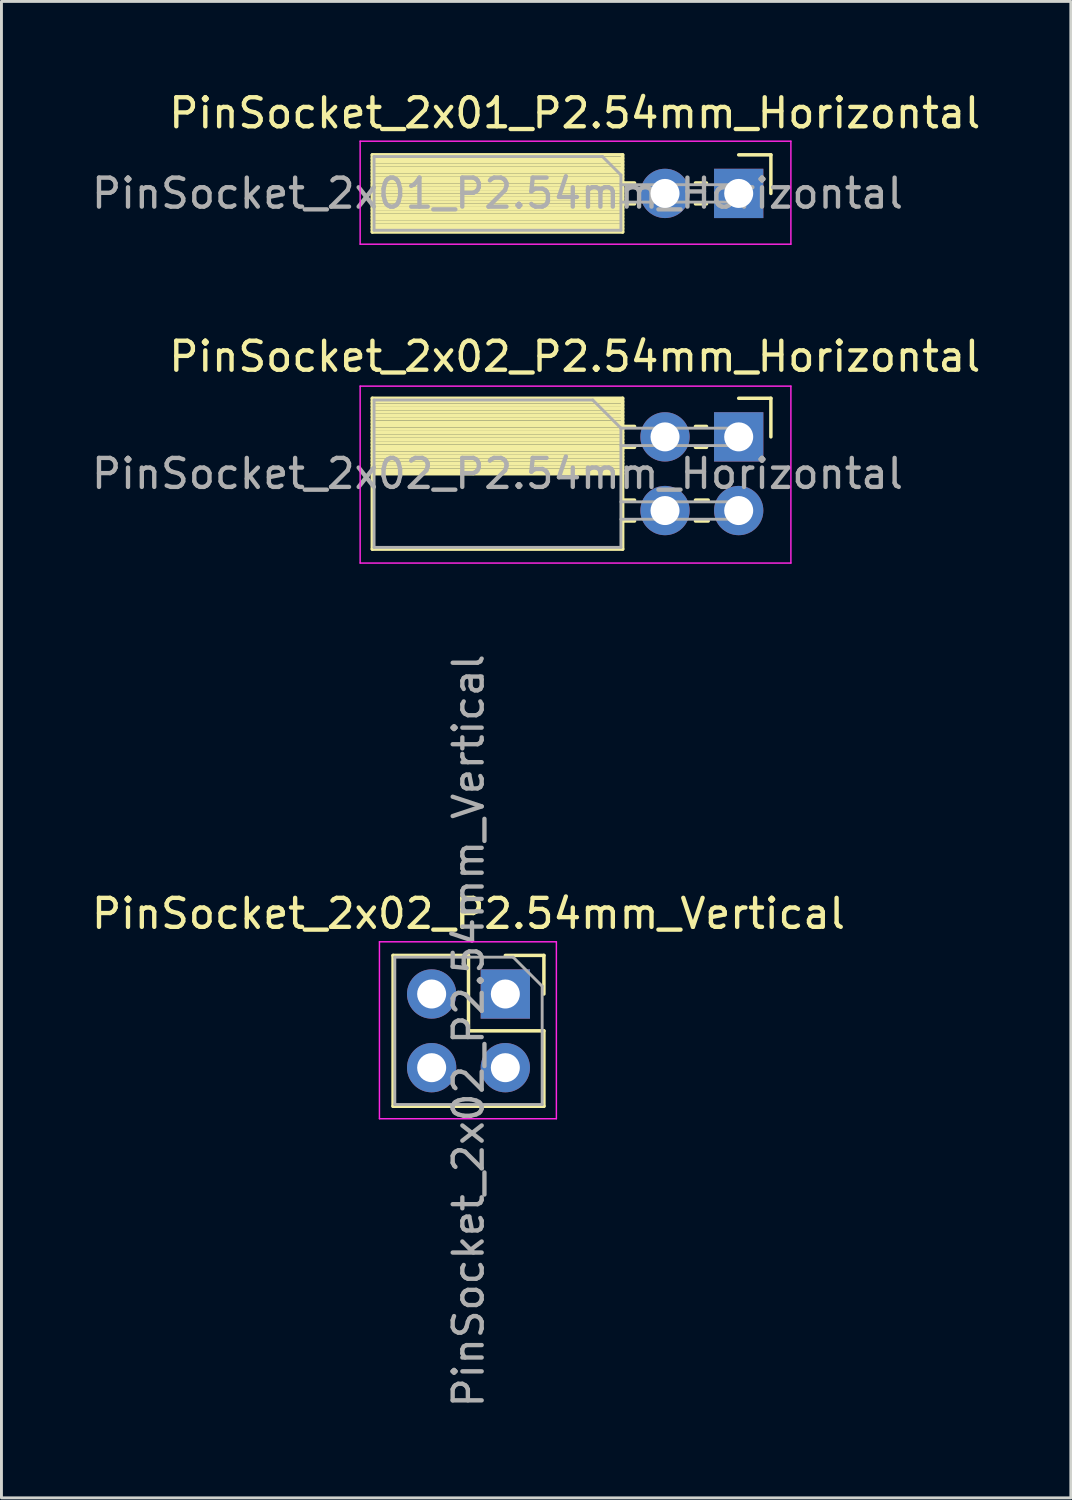
<source format=kicad_pcb>
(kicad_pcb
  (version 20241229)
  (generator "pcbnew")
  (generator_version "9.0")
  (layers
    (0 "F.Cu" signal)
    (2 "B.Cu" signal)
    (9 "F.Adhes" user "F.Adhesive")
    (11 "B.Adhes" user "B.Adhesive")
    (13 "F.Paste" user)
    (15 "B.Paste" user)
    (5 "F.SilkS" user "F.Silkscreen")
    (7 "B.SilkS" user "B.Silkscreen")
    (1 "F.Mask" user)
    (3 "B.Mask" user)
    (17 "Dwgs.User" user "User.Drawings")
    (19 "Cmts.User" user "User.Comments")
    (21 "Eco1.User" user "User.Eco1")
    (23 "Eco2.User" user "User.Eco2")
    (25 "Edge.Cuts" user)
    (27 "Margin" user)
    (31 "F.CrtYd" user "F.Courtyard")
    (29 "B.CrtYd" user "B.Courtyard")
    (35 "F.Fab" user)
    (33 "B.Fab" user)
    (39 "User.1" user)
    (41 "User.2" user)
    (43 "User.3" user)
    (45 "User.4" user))
  (footprint "PinSocket_2x02_P2.54mm_Vertical"
    (layer "F.Cu")
    (at 14.371 31.218)
    (property "Reference" "PinSocket_2x02_P2.54mm_Vertical" (at -1.27 -2.77 0) (layer "F.SilkS") (effects (font (size 1 1) (thickness 0.15))))
    (attr through_hole)
    (fp_line (start -3.87 -1.33) (end -3.87 3.87) (stroke (width 0.12) (type solid)) (layer "F.SilkS"))
    (fp_line (start -3.87 -1.33) (end -1.27 -1.33) (stroke (width 0.12) (type solid)) (layer "F.SilkS"))
    (fp_line (start -3.87 3.87) (end 1.33 3.87) (stroke (width 0.12) (type solid)) (layer "F.SilkS"))
    (fp_line (start -1.27 -1.33) (end -1.27 1.27) (stroke (width 0.12) (type solid)) (layer "F.SilkS"))
    (fp_line (start -1.27 1.27) (end 1.33 1.27) (stroke (width 0.12) (type solid)) (layer "F.SilkS"))
    (fp_line (start 0 -1.33) (end 1.33 -1.33) (stroke (width 0.12) (type solid)) (layer "F.SilkS"))
    (fp_line (start 1.33 -1.33) (end 1.33 0) (stroke (width 0.12) (type solid)) (layer "F.SilkS"))
    (fp_line (start 1.33 1.27) (end 1.33 3.87) (stroke (width 0.12) (type solid)) (layer "F.SilkS"))
    (fp_line (start -4.34 -1.8) (end 1.76 -1.8) (stroke (width 0.05) (type solid)) (layer "F.CrtYd"))
    (fp_line (start -4.34 4.3) (end -4.34 -1.8) (stroke (width 0.05) (type solid)) (layer "F.CrtYd"))
    (fp_line (start 1.76 -1.8) (end 1.76 4.3) (stroke (width 0.05) (type solid)) (layer "F.CrtYd"))
    (fp_line (start 1.76 4.3) (end -4.34 4.3) (stroke (width 0.05) (type solid)) (layer "F.CrtYd"))
    (fp_line (start -3.81 -1.27) (end 0.27 -1.27) (stroke (width 0.1) (type solid)) (layer "F.Fab"))
    (fp_line (start -3.81 3.81) (end -3.81 -1.27) (stroke (width 0.1) (type solid)) (layer "F.Fab"))
    (fp_line (start 0.27 -1.27) (end 1.27 -0.27) (stroke (width 0.1) (type solid)) (layer "F.Fab"))
    (fp_line (start 1.27 -0.27) (end 1.27 3.81) (stroke (width 0.1) (type solid)) (layer "F.Fab"))
    (fp_line (start 1.27 3.81) (end -3.81 3.81) (stroke (width 0.1) (type solid)) (layer "F.Fab"))
    (fp_text user "${REFERENCE}" (at -1.27 1.27 90) (layer "F.Fab") (effects (font (size 1 1) (thickness 0.15))))
    (pad "1" thru_hole rect (at 0 0) (size 1.7 1.7) (drill 1) (layers "*.Cu" "*.Mask"))
    (pad "2" thru_hole oval (at -2.54 0) (size 1.7 1.7) (drill 1) (layers "*.Cu" "*.Mask"))
    (pad "3" thru_hole oval (at 0 2.54) (size 1.7 1.7) (drill 1) (layers "*.Cu" "*.Mask"))
    (pad "4" thru_hole oval (at -2.54 2.54) (size 1.7 1.7) (drill 1) (layers "*.Cu" "*.Mask")))
  (footprint "PinSocket_2x01_P2.54mm_Horizontal"
    (layer "F.Cu")
    (at 22.416 3.618)
    (property "Reference" "PinSocket_2x01_P2.54mm_Horizontal" (at -5.65 -2.77 0) (layer "F.SilkS") (effects (font (size 1 1) (thickness 0.15))))
    (attr through_hole)
    (fp_line (start -12.63 -1.33) (end -12.63 1.33) (stroke (width 0.12) (type solid)) (layer "F.SilkS"))
    (fp_line (start -12.63 -1.33) (end -4 -1.33) (stroke (width 0.12) (type solid)) (layer "F.SilkS"))
    (fp_line (start -12.63 -1.21) (end -4 -1.21) (stroke (width 0.12) (type solid)) (layer "F.SilkS"))
    (fp_line (start -12.63 -1.095) (end -4 -1.095) (stroke (width 0.12) (type solid)) (layer "F.SilkS"))
    (fp_line (start -12.63 -0.979) (end -4 -0.979) (stroke (width 0.12) (type solid)) (layer "F.SilkS"))
    (fp_line (start -12.63 -0.864) (end -4 -0.864) (stroke (width 0.12) (type solid)) (layer "F.SilkS"))
    (fp_line (start -12.63 -0.748) (end -4 -0.748) (stroke (width 0.12) (type solid)) (layer "F.SilkS"))
    (fp_line (start -12.63 -0.633) (end -4 -0.633) (stroke (width 0.12) (type solid)) (layer "F.SilkS"))
    (fp_line (start -12.63 -0.517) (end -4 -0.517) (stroke (width 0.12) (type solid)) (layer "F.SilkS"))
    (fp_line (start -12.63 -0.402) (end -4 -0.402) (stroke (width 0.12) (type solid)) (layer "F.SilkS"))
    (fp_line (start -12.63 -0.286) (end -4 -0.286) (stroke (width 0.12) (type solid)) (layer "F.SilkS"))
    (fp_line (start -12.63 -0.171) (end -4 -0.171) (stroke (width 0.12) (type solid)) (layer "F.SilkS"))
    (fp_line (start -12.63 -0.055) (end -4 -0.055) (stroke (width 0.12) (type solid)) (layer "F.SilkS"))
    (fp_line (start -12.63 0.06) (end -4 0.06) (stroke (width 0.12) (type solid)) (layer "F.SilkS"))
    (fp_line (start -12.63 0.175) (end -4 0.175) (stroke (width 0.12) (type solid)) (layer "F.SilkS"))
    (fp_line (start -12.63 0.291) (end -4 0.291) (stroke (width 0.12) (type solid)) (layer "F.SilkS"))
    (fp_line (start -12.63 0.406) (end -4 0.406) (stroke (width 0.12) (type solid)) (layer "F.SilkS"))
    (fp_line (start -12.63 0.522) (end -4 0.522) (stroke (width 0.12) (type solid)) (layer "F.SilkS"))
    (fp_line (start -12.63 0.637) (end -4 0.637) (stroke (width 0.12) (type solid)) (layer "F.SilkS"))
    (fp_line (start -12.63 0.753) (end -4 0.753) (stroke (width 0.12) (type solid)) (layer "F.SilkS"))
    (fp_line (start -12.63 0.868) (end -4 0.868) (stroke (width 0.12) (type solid)) (layer "F.SilkS"))
    (fp_line (start -12.63 0.984) (end -4 0.984) (stroke (width 0.12) (type solid)) (layer "F.SilkS"))
    (fp_line (start -12.63 1.099) (end -4 1.099) (stroke (width 0.12) (type solid)) (layer "F.SilkS"))
    (fp_line (start -12.63 1.215) (end -4 1.215) (stroke (width 0.12) (type solid)) (layer "F.SilkS"))
    (fp_line (start -12.63 1.33) (end -4 1.33) (stroke (width 0.12) (type solid)) (layer "F.SilkS"))
    (fp_line (start -4 -1.33) (end -4 1.33) (stroke (width 0.12) (type solid)) (layer "F.SilkS"))
    (fp_line (start -4 -0.36) (end -3.59 -0.36) (stroke (width 0.12) (type solid)) (layer "F.SilkS"))
    (fp_line (start -4 0.36) (end -3.59 0.36) (stroke (width 0.12) (type solid)) (layer "F.SilkS"))
    (fp_line (start -1.49 -0.36) (end -1.11 -0.36) (stroke (width 0.12) (type solid)) (layer "F.SilkS"))
    (fp_line (start -1.49 0.36) (end -1.11 0.36) (stroke (width 0.12) (type solid)) (layer "F.SilkS"))
    (fp_line (start 0 -1.33) (end 1.11 -1.33) (stroke (width 0.12) (type solid)) (layer "F.SilkS"))
    (fp_line (start 1.11 -1.33) (end 1.11 0) (stroke (width 0.12) (type solid)) (layer "F.SilkS"))
    (fp_line (start -13.05 -1.8) (end -13.05 1.75) (stroke (width 0.05) (type solid)) (layer "F.CrtYd"))
    (fp_line (start -13.05 1.75) (end 1.8 1.75) (stroke (width 0.05) (type solid)) (layer "F.CrtYd"))
    (fp_line (start 1.8 -1.8) (end -13.05 -1.8) (stroke (width 0.05) (type solid)) (layer "F.CrtYd"))
    (fp_line (start 1.8 1.75) (end 1.8 -1.8) (stroke (width 0.05) (type solid)) (layer "F.CrtYd"))
    (fp_line (start -12.57 -1.27) (end -4.695 -1.27) (stroke (width 0.1) (type solid)) (layer "F.Fab"))
    (fp_line (start -12.57 1.27) (end -12.57 -1.27) (stroke (width 0.1) (type solid)) (layer "F.Fab"))
    (fp_line (start -4.695 -1.27) (end -4.06 -0.635) (stroke (width 0.1) (type solid)) (layer "F.Fab"))
    (fp_line (start -4.06 -0.635) (end -4.06 1.27) (stroke (width 0.1) (type solid)) (layer "F.Fab"))
    (fp_line (start -4.06 0.3) (end 0 0.3) (stroke (width 0.1) (type solid)) (layer "F.Fab"))
    (fp_line (start -4.06 1.27) (end -12.57 1.27) (stroke (width 0.1) (type solid)) (layer "F.Fab"))
    (fp_line (start 0 -0.3) (end -4.06 -0.3) (stroke (width 0.1) (type solid)) (layer "F.Fab"))
    (fp_line (start 0 0.3) (end 0 -0.3) (stroke (width 0.1) (type solid)) (layer "F.Fab"))
    (fp_text user "${REFERENCE}" (at -8.315 0 0) (layer "F.Fab") (effects (font (size 1 1) (thickness 0.15))))
    (pad "1" thru_hole rect (at 0 0) (size 1.7 1.7) (drill 1) (layers "*.Cu" "*.Mask"))
    (pad "2" thru_hole oval (at -2.54 0) (size 1.7 1.7) (drill 1) (layers "*.Cu" "*.Mask")))
  (footprint "PinSocket_2x02_P2.54mm_Horizontal"
    (layer "F.Cu")
    (at 22.416 12.011)
    (property "Reference" "PinSocket_2x02_P2.54mm_Horizontal" (at -5.65 -2.77 0) (layer "F.SilkS") (effects (font (size 1 1) (thickness 0.15))))
    (attr through_hole)
    (fp_line (start -12.63 -1.33) (end -12.63 3.87) (stroke (width 0.12) (type solid)) (layer "F.SilkS"))
    (fp_line (start -12.63 -1.33) (end -4 -1.33) (stroke (width 0.12) (type solid)) (layer "F.SilkS"))
    (fp_line (start -12.63 -1.21) (end -4 -1.21) (stroke (width 0.12) (type solid)) (layer "F.SilkS"))
    (fp_line (start -12.63 -1.092) (end -4 -1.092) (stroke (width 0.12) (type solid)) (layer "F.SilkS"))
    (fp_line (start -12.63 -0.974) (end -4 -0.974) (stroke (width 0.12) (type solid)) (layer "F.SilkS"))
    (fp_line (start -12.63 -0.856) (end -4 -0.856) (stroke (width 0.12) (type solid)) (layer "F.SilkS"))
    (fp_line (start -12.63 -0.738) (end -4 -0.738) (stroke (width 0.12) (type solid)) (layer "F.SilkS"))
    (fp_line (start -12.63 -0.62) (end -4 -0.62) (stroke (width 0.12) (type solid)) (layer "F.SilkS"))
    (fp_line (start -12.63 -0.501) (end -4 -0.501) (stroke (width 0.12) (type solid)) (layer "F.SilkS"))
    (fp_line (start -12.63 -0.383) (end -4 -0.383) (stroke (width 0.12) (type solid)) (layer "F.SilkS"))
    (fp_line (start -12.63 -0.265) (end -4 -0.265) (stroke (width 0.12) (type solid)) (layer "F.SilkS"))
    (fp_line (start -12.63 -0.147) (end -4 -0.147) (stroke (width 0.12) (type solid)) (layer "F.SilkS"))
    (fp_line (start -12.63 -0.029) (end -4 -0.029) (stroke (width 0.12) (type solid)) (layer "F.SilkS"))
    (fp_line (start -12.63 0.089) (end -4 0.089) (stroke (width 0.12) (type solid)) (layer "F.SilkS"))
    (fp_line (start -12.63 0.207) (end -4 0.207) (stroke (width 0.12) (type solid)) (layer "F.SilkS"))
    (fp_line (start -12.63 0.325) (end -4 0.325) (stroke (width 0.12) (type solid)) (layer "F.SilkS"))
    (fp_line (start -12.63 0.443) (end -4 0.443) (stroke (width 0.12) (type solid)) (layer "F.SilkS"))
    (fp_line (start -12.63 0.561) (end -4 0.561) (stroke (width 0.12) (type solid)) (layer "F.SilkS"))
    (fp_line (start -12.63 0.68) (end -4 0.68) (stroke (width 0.12) (type solid)) (layer "F.SilkS"))
    (fp_line (start -12.63 0.798) (end -4 0.798) (stroke (width 0.12) (type solid)) (layer "F.SilkS"))
    (fp_line (start -12.63 0.916) (end -4 0.916) (stroke (width 0.12) (type solid)) (layer "F.SilkS"))
    (fp_line (start -12.63 1.034) (end -4 1.034) (stroke (width 0.12) (type solid)) (layer "F.SilkS"))
    (fp_line (start -12.63 1.152) (end -4 1.152) (stroke (width 0.12) (type solid)) (layer "F.SilkS"))
    (fp_line (start -12.63 1.27) (end -4 1.27) (stroke (width 0.12) (type solid)) (layer "F.SilkS"))
    (fp_line (start -12.63 3.87) (end -4 3.87) (stroke (width 0.12) (type solid)) (layer "F.SilkS"))
    (fp_line (start -4 -1.33) (end -4 3.87) (stroke (width 0.12) (type solid)) (layer "F.SilkS"))
    (fp_line (start -4 -0.36) (end -3.59 -0.36) (stroke (width 0.12) (type solid)) (layer "F.SilkS"))
    (fp_line (start -4 0.36) (end -3.59 0.36) (stroke (width 0.12) (type solid)) (layer "F.SilkS"))
    (fp_line (start -4 2.18) (end -3.59 2.18) (stroke (width 0.12) (type solid)) (layer "F.SilkS"))
    (fp_line (start -4 2.9) (end -3.59 2.9) (stroke (width 0.12) (type solid)) (layer "F.SilkS"))
    (fp_line (start -1.49 -0.36) (end -1.11 -0.36) (stroke (width 0.12) (type solid)) (layer "F.SilkS"))
    (fp_line (start -1.49 0.36) (end -1.11 0.36) (stroke (width 0.12) (type solid)) (layer "F.SilkS"))
    (fp_line (start -1.49 2.18) (end -1.05 2.18) (stroke (width 0.12) (type solid)) (layer "F.SilkS"))
    (fp_line (start -1.49 2.9) (end -1.05 2.9) (stroke (width 0.12) (type solid)) (layer "F.SilkS"))
    (fp_line (start 0 -1.33) (end 1.11 -1.33) (stroke (width 0.12) (type solid)) (layer "F.SilkS"))
    (fp_line (start 1.11 -1.33) (end 1.11 0) (stroke (width 0.12) (type solid)) (layer "F.SilkS"))
    (fp_line (start -13.05 -1.75) (end -13.05 4.35) (stroke (width 0.05) (type solid)) (layer "F.CrtYd"))
    (fp_line (start -13.05 4.35) (end 1.8 4.35) (stroke (width 0.05) (type solid)) (layer "F.CrtYd"))
    (fp_line (start 1.8 -1.75) (end -13.05 -1.75) (stroke (width 0.05) (type solid)) (layer "F.CrtYd"))
    (fp_line (start 1.8 4.35) (end 1.8 -1.75) (stroke (width 0.05) (type solid)) (layer "F.CrtYd"))
    (fp_line (start -12.57 -1.27) (end -5.03 -1.27) (stroke (width 0.1) (type solid)) (layer "F.Fab"))
    (fp_line (start -12.57 3.81) (end -12.57 -1.27) (stroke (width 0.1) (type solid)) (layer "F.Fab"))
    (fp_line (start -5.03 -1.27) (end -4.06 -0.3) (stroke (width 0.1) (type solid)) (layer "F.Fab"))
    (fp_line (start -4.06 -0.3) (end -4.06 3.81) (stroke (width 0.1) (type solid)) (layer "F.Fab"))
    (fp_line (start -4.06 0.3) (end 0 0.3) (stroke (width 0.1) (type solid)) (layer "F.Fab"))
    (fp_line (start -4.06 2.84) (end 0 2.84) (stroke (width 0.1) (type solid)) (layer "F.Fab"))
    (fp_line (start -4.06 3.81) (end -12.57 3.81) (stroke (width 0.1) (type solid)) (layer "F.Fab"))
    (fp_line (start 0 -0.3) (end -4.06 -0.3) (stroke (width 0.1) (type solid)) (layer "F.Fab"))
    (fp_line (start 0 0.3) (end 0 -0.3) (stroke (width 0.1) (type solid)) (layer "F.Fab"))
    (fp_line (start 0 2.24) (end -4.06 2.24) (stroke (width 0.1) (type solid)) (layer "F.Fab"))
    (fp_line (start 0 2.84) (end 0 2.24) (stroke (width 0.1) (type solid)) (layer "F.Fab"))
    (fp_text user "${REFERENCE}" (at -8.315 1.27 0) (layer "F.Fab") (effects (font (size 1 1) (thickness 0.15))))
    (pad "1" thru_hole rect (at 0 0) (size 1.7 1.7) (drill 1) (layers "*.Cu" "*.Mask"))
    (pad "2" thru_hole oval (at -2.54 0) (size 1.7 1.7) (drill 1) (layers "*.Cu" "*.Mask"))
    (pad "3" thru_hole oval (at 0 2.54) (size 1.7 1.7) (drill 1) (layers "*.Cu" "*.Mask"))
    (pad "4" thru_hole oval (at -2.54 2.54) (size 1.7 1.7) (drill 1) (layers "*.Cu" "*.Mask")))
  (gr_rect
    (start -3 -3)
    (end 33.867 48.589)
    (stroke (width 0.1) (type default))
    (fill no)
    (layer "Edge.Cuts")))
</source>
